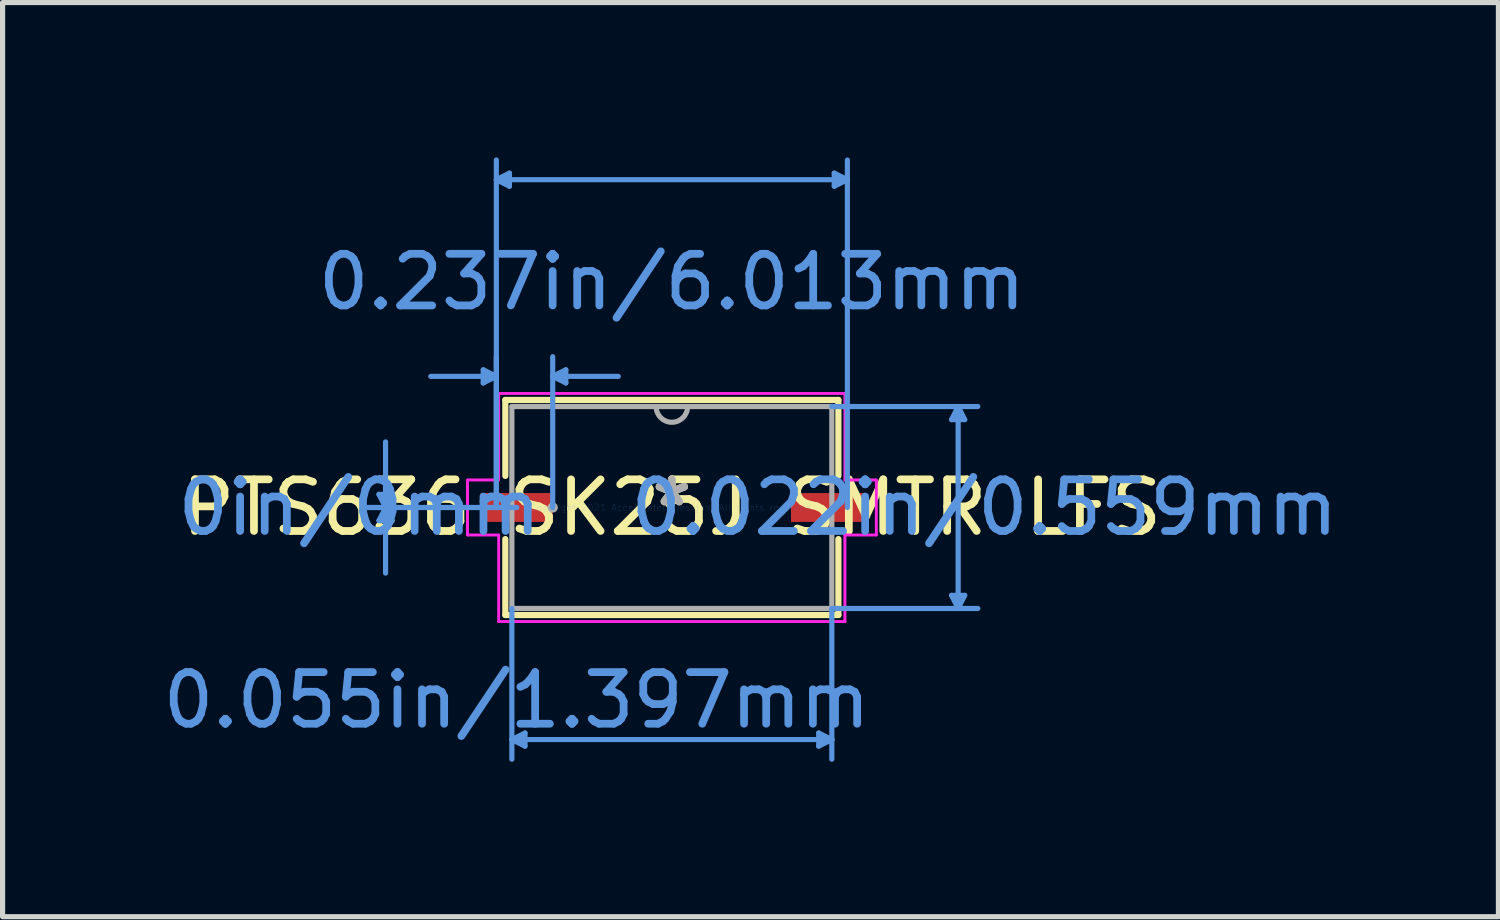
<source format=kicad_pcb>
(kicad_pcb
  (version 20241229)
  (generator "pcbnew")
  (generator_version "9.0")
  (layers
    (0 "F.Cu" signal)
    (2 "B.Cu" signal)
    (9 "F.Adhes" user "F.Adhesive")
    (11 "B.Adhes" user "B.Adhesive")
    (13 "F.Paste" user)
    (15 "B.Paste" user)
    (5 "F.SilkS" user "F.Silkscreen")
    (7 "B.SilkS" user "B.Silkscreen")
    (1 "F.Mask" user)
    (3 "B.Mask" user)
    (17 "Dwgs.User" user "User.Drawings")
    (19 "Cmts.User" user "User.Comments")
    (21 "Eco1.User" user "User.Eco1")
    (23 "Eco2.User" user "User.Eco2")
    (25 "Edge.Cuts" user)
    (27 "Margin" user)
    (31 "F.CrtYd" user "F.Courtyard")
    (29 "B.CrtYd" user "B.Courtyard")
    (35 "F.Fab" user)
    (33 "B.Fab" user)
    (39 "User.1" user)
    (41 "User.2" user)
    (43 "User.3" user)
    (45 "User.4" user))
  (footprint "PTS636 SK25J SMTR LFS"
    (layer "F.Cu")
    (at 9.965 6.781)
    (property "Reference" "PTS636 SK25J SMTR LFS" (at 0 0 0) (layer "F.SilkS") (effects (font (size 1 1) (thickness 0.15))))
    (attr through_hole)
    (fp_line (start -3.226 -2.083) (end -3.226 -0.612) (stroke (width 0.12) (type solid)) (layer "F.SilkS"))
    (fp_line (start -3.226 0.612) (end -3.226 2.083) (stroke (width 0.12) (type solid)) (layer "F.SilkS"))
    (fp_line (start -3.226 2.083) (end 3.226 2.083) (stroke (width 0.12) (type solid)) (layer "F.SilkS"))
    (fp_line (start 3.226 -2.083) (end -3.226 -2.083) (stroke (width 0.12) (type solid)) (layer "F.SilkS"))
    (fp_line (start 3.226 -0.612) (end 3.226 -2.083) (stroke (width 0.12) (type solid)) (layer "F.SilkS"))
    (fp_line (start 3.226 2.083) (end 3.226 0.612) (stroke (width 0.12) (type solid)) (layer "F.SilkS"))
    (fp_line (start -5.673 -0.254) (end -5.419 -0.254) (stroke (width 0.1) (type solid)) (layer "Cmts.User"))
    (fp_line (start -5.673 0.254) (end -5.419 0.254) (stroke (width 0.1) (type solid)) (layer "Cmts.User"))
    (fp_line (start -5.546 0) (end -5.673 -0.254) (stroke (width 0.1) (type solid)) (layer "Cmts.User"))
    (fp_line (start -5.546 0) (end -5.673 0.254) (stroke (width 0.1) (type solid)) (layer "Cmts.User"))
    (fp_line (start -5.546 0) (end -5.546 -1.27) (stroke (width 0.1) (type solid)) (layer "Cmts.User"))
    (fp_line (start -5.546 0) (end -5.546 1.27) (stroke (width 0.1) (type solid)) (layer "Cmts.User"))
    (fp_line (start -5.546 0) (end -5.419 -0.254) (stroke (width 0.1) (type solid)) (layer "Cmts.User"))
    (fp_line (start -5.546 0) (end -5.419 0.254) (stroke (width 0.1) (type solid)) (layer "Cmts.User"))
    (fp_line (start -3.654 -2.667) (end -3.654 -2.413) (stroke (width 0.1) (type solid)) (layer "Cmts.User"))
    (fp_line (start -3.4 -6.35) (end -3.146 -6.477) (stroke (width 0.1) (type solid)) (layer "Cmts.User"))
    (fp_line (start -3.4 -6.35) (end -3.146 -6.223) (stroke (width 0.1) (type solid)) (layer "Cmts.User"))
    (fp_line (start -3.4 -6.35) (end 3.4 -6.35) (stroke (width 0.1) (type solid)) (layer "Cmts.User"))
    (fp_line (start -3.4 -2.54) (end -4.67 -2.54) (stroke (width 0.1) (type solid)) (layer "Cmts.User"))
    (fp_line (start -3.4 -2.54) (end -3.654 -2.667) (stroke (width 0.1) (type solid)) (layer "Cmts.User"))
    (fp_line (start -3.4 -2.54) (end -3.654 -2.413) (stroke (width 0.1) (type solid)) (layer "Cmts.User"))
    (fp_line (start -3.4 0) (end -3.4 -6.731) (stroke (width 0.1) (type solid)) (layer "Cmts.User"))
    (fp_line (start -3.4 0) (end -3.4 -2.921) (stroke (width 0.1) (type solid)) (layer "Cmts.User"))
    (fp_line (start -3.146 -6.477) (end -3.146 -6.223) (stroke (width 0.1) (type solid)) (layer "Cmts.User"))
    (fp_line (start -3.099 1.956) (end -3.099 4.877) (stroke (width 0.1) (type solid)) (layer "Cmts.User"))
    (fp_line (start -3.099 4.496) (end -2.845 4.369) (stroke (width 0.1) (type solid)) (layer "Cmts.User"))
    (fp_line (start -3.099 4.496) (end -2.845 4.623) (stroke (width 0.1) (type solid)) (layer "Cmts.User"))
    (fp_line (start -3.099 4.496) (end 3.099 4.496) (stroke (width 0.1) (type solid)) (layer "Cmts.User"))
    (fp_line (start -3.006 0) (end -5.927 0) (stroke (width 0.1) (type solid)) (layer "Cmts.User"))
    (fp_line (start -3.006 0) (end -5.927 0) (stroke (width 0.1) (type solid)) (layer "Cmts.User"))
    (fp_line (start -2.845 4.369) (end -2.845 4.623) (stroke (width 0.1) (type solid)) (layer "Cmts.User"))
    (fp_line (start -2.308 -2.54) (end -2.054 -2.667) (stroke (width 0.1) (type solid)) (layer "Cmts.User"))
    (fp_line (start -2.308 -2.54) (end -2.054 -2.413) (stroke (width 0.1) (type solid)) (layer "Cmts.User"))
    (fp_line (start -2.308 -2.54) (end -1.038 -2.54) (stroke (width 0.1) (type solid)) (layer "Cmts.User"))
    (fp_line (start -2.308 0) (end -2.308 -2.921) (stroke (width 0.1) (type solid)) (layer "Cmts.User"))
    (fp_line (start -2.054 -2.667) (end -2.054 -2.413) (stroke (width 0.1) (type solid)) (layer "Cmts.User"))
    (fp_line (start 2.845 4.369) (end 2.845 4.623) (stroke (width 0.1) (type solid)) (layer "Cmts.User"))
    (fp_line (start 3.099 -1.956) (end 5.927 -1.956) (stroke (width 0.1) (type solid)) (layer "Cmts.User"))
    (fp_line (start 3.099 1.956) (end 3.099 4.877) (stroke (width 0.1) (type solid)) (layer "Cmts.User"))
    (fp_line (start 3.099 1.956) (end 5.927 1.956) (stroke (width 0.1) (type solid)) (layer "Cmts.User"))
    (fp_line (start 3.099 4.496) (end 2.845 4.369) (stroke (width 0.1) (type solid)) (layer "Cmts.User"))
    (fp_line (start 3.099 4.496) (end 2.845 4.623) (stroke (width 0.1) (type solid)) (layer "Cmts.User"))
    (fp_line (start 3.146 -6.477) (end 3.146 -6.223) (stroke (width 0.1) (type solid)) (layer "Cmts.User"))
    (fp_line (start 3.4 -6.35) (end 3.146 -6.477) (stroke (width 0.1) (type solid)) (layer "Cmts.User"))
    (fp_line (start 3.4 -6.35) (end 3.146 -6.223) (stroke (width 0.1) (type solid)) (layer "Cmts.User"))
    (fp_line (start 3.4 0) (end 3.4 -6.731) (stroke (width 0.1) (type solid)) (layer "Cmts.User"))
    (fp_line (start 5.419 -1.702) (end 5.673 -1.702) (stroke (width 0.1) (type solid)) (layer "Cmts.User"))
    (fp_line (start 5.419 1.702) (end 5.673 1.702) (stroke (width 0.1) (type solid)) (layer "Cmts.User"))
    (fp_line (start 5.546 -1.956) (end 5.419 -1.702) (stroke (width 0.1) (type solid)) (layer "Cmts.User"))
    (fp_line (start 5.546 -1.956) (end 5.546 1.956) (stroke (width 0.1) (type solid)) (layer "Cmts.User"))
    (fp_line (start 5.546 -1.956) (end 5.673 -1.702) (stroke (width 0.1) (type solid)) (layer "Cmts.User"))
    (fp_line (start 5.546 1.956) (end 5.419 1.702) (stroke (width 0.1) (type solid)) (layer "Cmts.User"))
    (fp_line (start 5.546 1.956) (end 5.673 1.702) (stroke (width 0.1) (type solid)) (layer "Cmts.User"))
    (fp_line (start -3.959 -0.533) (end -3.353 -0.533) (stroke (width 0.05) (type solid)) (layer "F.CrtYd"))
    (fp_line (start -3.959 -0.533) (end -3.353 -0.533) (stroke (width 0.05) (type solid)) (layer "F.CrtYd"))
    (fp_line (start -3.959 0.533) (end -3.959 -0.533) (stroke (width 0.05) (type solid)) (layer "F.CrtYd"))
    (fp_line (start -3.959 0.533) (end -3.959 -0.533) (stroke (width 0.05) (type solid)) (layer "F.CrtYd"))
    (fp_line (start -3.959 0.533) (end -3.353 0.533) (stroke (width 0.05) (type solid)) (layer "F.CrtYd"))
    (fp_line (start -3.353 -2.21) (end 3.353 -2.21) (stroke (width 0.05) (type solid)) (layer "F.CrtYd"))
    (fp_line (start -3.353 -2.21) (end 3.353 -2.21) (stroke (width 0.05) (type solid)) (layer "F.CrtYd"))
    (fp_line (start -3.353 -0.533) (end -3.353 -2.21) (stroke (width 0.05) (type solid)) (layer "F.CrtYd"))
    (fp_line (start -3.353 -0.533) (end -3.353 -2.21) (stroke (width 0.05) (type solid)) (layer "F.CrtYd"))
    (fp_line (start -3.353 0.533) (end -3.959 0.533) (stroke (width 0.05) (type solid)) (layer "F.CrtYd"))
    (fp_line (start -3.353 2.21) (end -3.353 0.533) (stroke (width 0.05) (type solid)) (layer "F.CrtYd"))
    (fp_line (start -3.353 2.21) (end -3.353 0.533) (stroke (width 0.05) (type solid)) (layer "F.CrtYd"))
    (fp_line (start 3.353 -2.21) (end 3.353 -0.533) (stroke (width 0.05) (type solid)) (layer "F.CrtYd"))
    (fp_line (start 3.353 -2.21) (end 3.353 -0.533) (stroke (width 0.05) (type solid)) (layer "F.CrtYd"))
    (fp_line (start 3.353 -0.533) (end 3.959 -0.533) (stroke (width 0.05) (type solid)) (layer "F.CrtYd"))
    (fp_line (start 3.353 0.533) (end 3.353 2.21) (stroke (width 0.05) (type solid)) (layer "F.CrtYd"))
    (fp_line (start 3.353 0.533) (end 3.353 2.21) (stroke (width 0.05) (type solid)) (layer "F.CrtYd"))
    (fp_line (start 3.353 2.21) (end -3.353 2.21) (stroke (width 0.05) (type solid)) (layer "F.CrtYd"))
    (fp_line (start 3.353 2.21) (end -3.353 2.21) (stroke (width 0.05) (type solid)) (layer "F.CrtYd"))
    (fp_line (start 3.959 -0.533) (end 3.353 -0.533) (stroke (width 0.05) (type solid)) (layer "F.CrtYd"))
    (fp_line (start 3.959 -0.533) (end 3.959 0.533) (stroke (width 0.05) (type solid)) (layer "F.CrtYd"))
    (fp_line (start 3.959 -0.533) (end 3.959 0.533) (stroke (width 0.05) (type solid)) (layer "F.CrtYd"))
    (fp_line (start 3.959 0.533) (end 3.353 0.533) (stroke (width 0.05) (type solid)) (layer "F.CrtYd"))
    (fp_line (start 3.959 0.533) (end 3.353 0.533) (stroke (width 0.05) (type solid)) (layer "F.CrtYd"))
    (fp_line (start -3.099 -1.956) (end -3.099 1.956) (stroke (width 0.1) (type solid)) (layer "F.Fab"))
    (fp_line (start -3.099 1.956) (end 3.099 1.956) (stroke (width 0.1) (type solid)) (layer "F.Fab"))
    (fp_line (start 3.099 -1.956) (end -3.099 -1.956) (stroke (width 0.1) (type solid)) (layer "F.Fab"))
    (fp_line (start 3.099 1.956) (end 3.099 -1.956) (stroke (width 0.1) (type solid)) (layer "F.Fab"))
    (fp_arc (start 0.3048 -1.9558) (mid 0 -1.651) (end -0.3048 -1.9558) (stroke (width 0.1) (type solid)) (layer "F.Fab"))
    (fp_circle (center -2.308 0) (end -2.308 0) (stroke (width 0.1) (type solid)) (fill no) (layer "F.Fab"))
    (fp_text user "*" (at 0 0 0) (layer "F.SilkS") (effects (font (size 1 1) (thickness 0.15))))
    (fp_text user "0in/0mm" (at -6.054 0 0) (layer "Cmts.User") (effects (font (size 1 1) (thickness 0.15))))
    (fp_text user "Copyright 2021 Accelerated Designs. All rights reserved." (at 0 0 0) (layer "Cmts.User") (effects (font (size 0.127 0.127) (thickness 0.002))))
    (fp_text user "0.055in/1.397mm" (at -3.006 3.734 0) (layer "Cmts.User") (effects (font (size 1 1) (thickness 0.15))))
    (fp_text user "0.022in/0.559mm" (at 6.054 0 0) (layer "Cmts.User") (effects (font (size 1 1) (thickness 0.15))))
    (fp_text user "0.237in/6.013mm" (at 0 -4.369 0) (layer "Cmts.User") (effects (font (size 1 1) (thickness 0.15))))
    (fp_text user "*" (at 0 0 0) (layer "F.Fab") (effects (font (size 1 1) (thickness 0.15))))
    (pad "1" smd rect (at -3.006 0) (size 1.397 0.559) (layers "F.Cu" "F.Mask" "F.Paste"))
    (pad "2" smd rect (at 3.006 0) (size 1.397 0.559) (layers "F.Cu" "F.Mask" "F.Paste")))
  (gr_rect
    (start -3 -3)
    (end 25.977 14.708)
    (stroke (width 0.1) (type default))
    (fill no)
    (layer "Edge.Cuts")))
</source>
